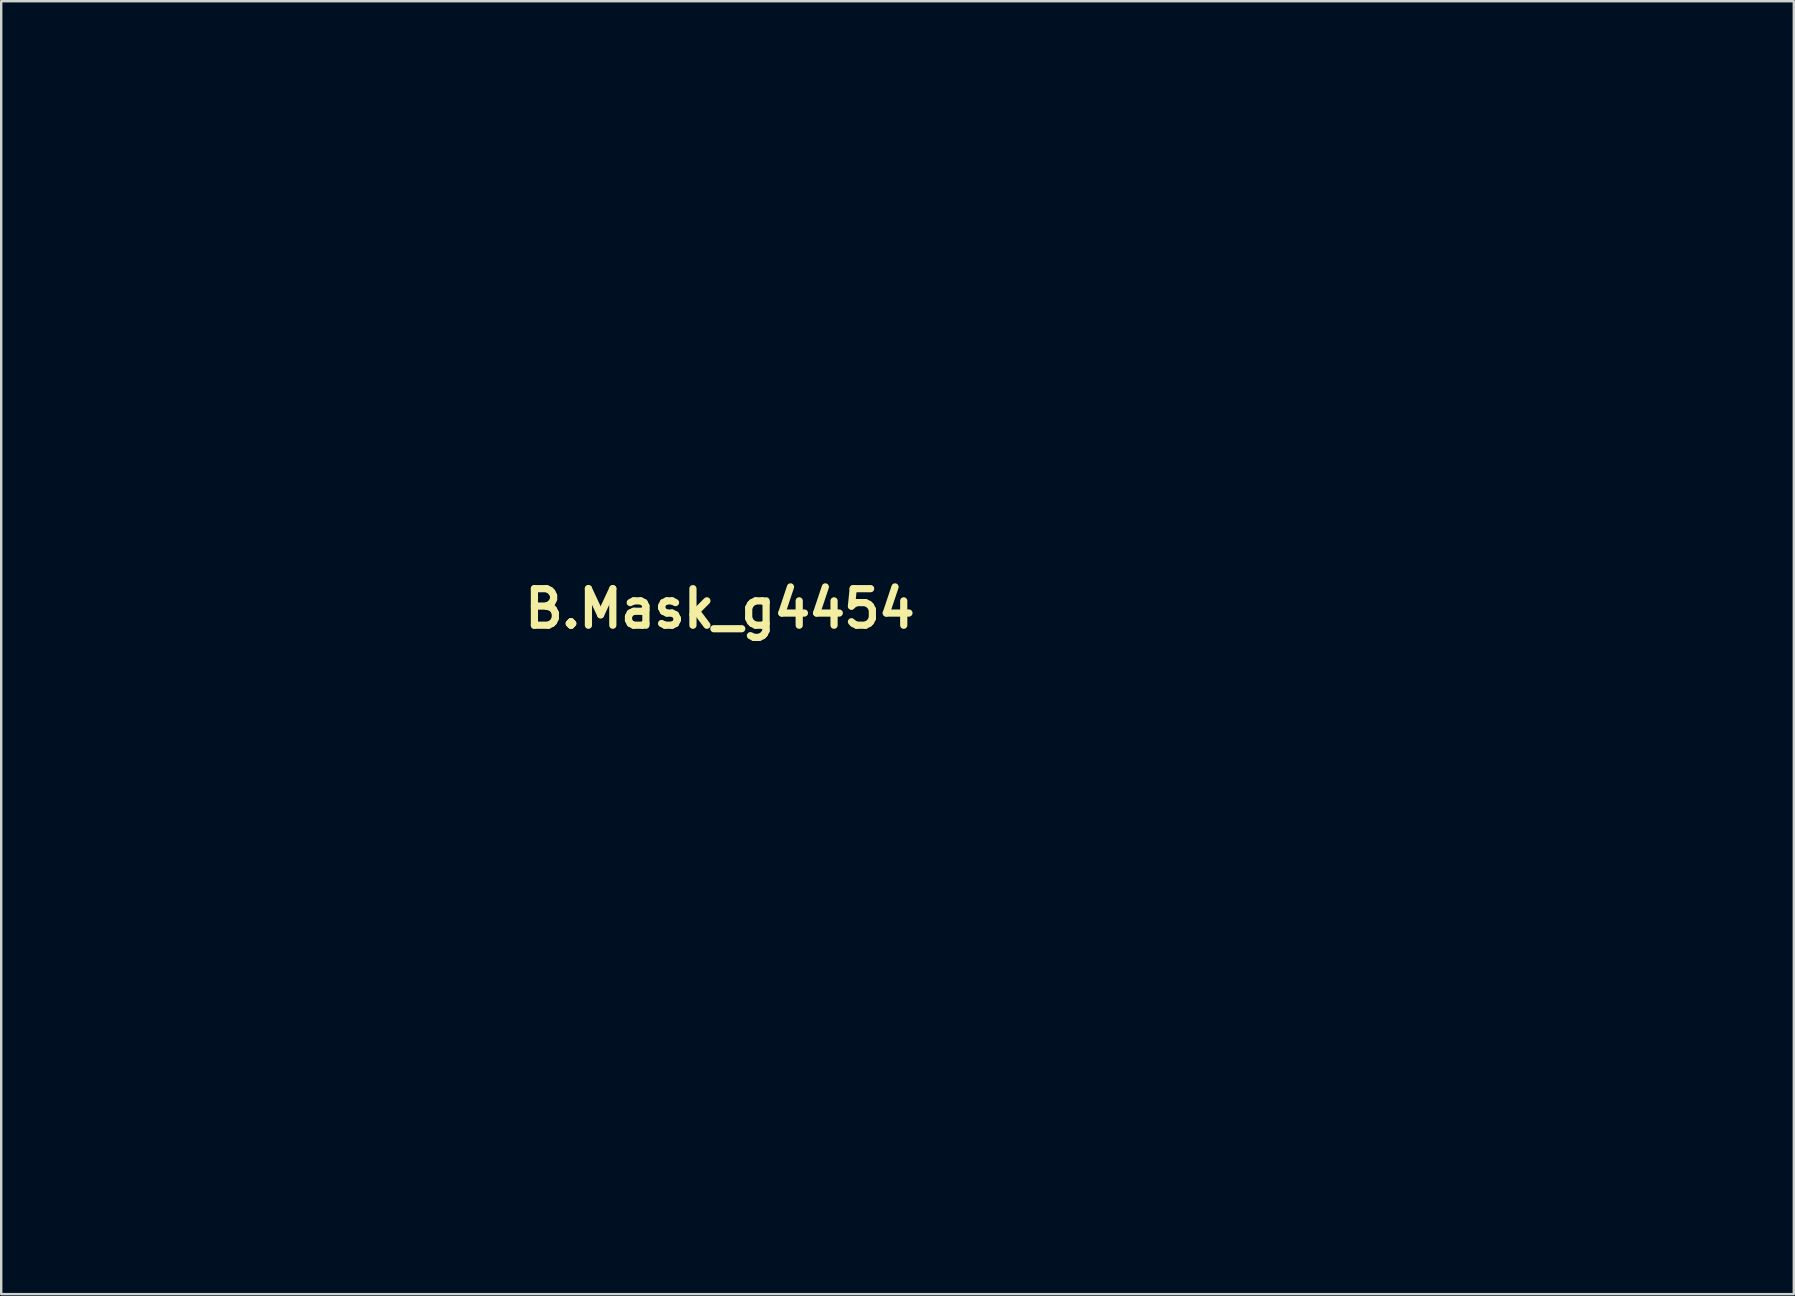
<source format=kicad_pcb>
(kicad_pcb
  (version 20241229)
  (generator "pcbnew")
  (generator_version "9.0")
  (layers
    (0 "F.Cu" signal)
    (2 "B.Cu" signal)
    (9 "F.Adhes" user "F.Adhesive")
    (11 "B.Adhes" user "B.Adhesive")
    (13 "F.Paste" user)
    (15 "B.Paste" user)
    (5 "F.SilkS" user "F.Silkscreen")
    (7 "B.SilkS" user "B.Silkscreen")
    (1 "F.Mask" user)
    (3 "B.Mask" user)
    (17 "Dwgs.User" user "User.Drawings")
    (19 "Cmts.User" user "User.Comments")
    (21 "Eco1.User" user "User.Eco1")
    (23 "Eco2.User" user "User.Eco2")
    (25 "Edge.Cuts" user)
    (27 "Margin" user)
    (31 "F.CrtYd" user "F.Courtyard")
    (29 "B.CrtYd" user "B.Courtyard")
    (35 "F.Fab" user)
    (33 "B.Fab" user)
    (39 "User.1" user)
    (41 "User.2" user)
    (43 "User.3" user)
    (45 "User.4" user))
  (footprint "B.Mask_g4454"
    (layer "F.Cu")
    (at 26.942 22.307)
    (property "Reference" "B.Mask_g4454" (at 0 0 0) (layer "F.SilkS") (effects (font (size 1.524 1.524) (thickness 0.3))))
    (attr through_hole)
    (fp_poly (pts (xy 41.667 18.103) (xy 41.728 18.161) (xy 41.731 18.278) (xy 41.678 18.454) (xy 41.57 18.688) (xy 41.424 18.96) (xy 41.252 19.261) (xy 41.057 19.583) (xy 40.847 19.919) (xy 40.625 20.261) (xy 40.398 20.601) (xy 40.171 20.932) (xy 39.949 21.247) (xy 39.737 21.536) (xy 39.541 21.794) (xy 39.366 22.012) (xy 39.218 22.182) (xy 39.101 22.297) (xy 39.022 22.35) (xy 39.008 22.352) (xy 38.968 22.315) (xy 38.924 22.222) (xy 38.907 22.172) (xy 38.874 22.073) (xy 38.816 21.912) (xy 38.739 21.708) (xy 38.65 21.477) (xy 38.583 21.306) (xy 38.495 21.08) (xy 38.418 20.881) (xy 38.359 20.723) (xy 38.322 20.618) (xy 38.312 20.582) (xy 38.342 20.541) (xy 38.426 20.454) (xy 38.555 20.328) (xy 38.718 20.174) (xy 38.906 20) (xy 39.109 19.814) (xy 39.317 19.627) (xy 39.521 19.446) (xy 39.711 19.281) (xy 39.877 19.141) (xy 39.958 19.074) (xy 40.207 18.881) (xy 40.471 18.691) (xy 40.734 18.513) (xy 40.98 18.358) (xy 41.194 18.236) (xy 41.359 18.158) (xy 41.367 18.154) (xy 41.547 18.101) (xy 41.667 18.103)) (stroke (width 0.01) (type solid)) (fill yes) (layer "B.Mask"))
    (fp_poly (pts (xy 21.428 18.405) (xy 21.585 18.464) (xy 21.652 18.496) (xy 21.812 18.584) (xy 21.962 18.68) (xy 22.058 18.756) (xy 22.13 18.827) (xy 22.168 18.888) (xy 22.18 18.968) (xy 22.173 19.092) (xy 22.165 19.168) (xy 22.145 19.324) (xy 22.11 19.546) (xy 22.064 19.814) (xy 22.01 20.111) (xy 21.952 20.42) (xy 21.893 20.722) (xy 21.836 21) (xy 21.785 21.235) (xy 21.756 21.357) (xy 21.684 21.625) (xy 21.619 21.816) (xy 21.557 21.938) (xy 21.494 21.999) (xy 21.446 22.01) (xy 21.377 21.988) (xy 21.252 21.932) (xy 21.088 21.849) (xy 20.901 21.748) (xy 20.87 21.731) (xy 20.589 21.57) (xy 20.297 21.4) (xy 20.004 21.228) (xy 19.721 21.06) (xy 19.458 20.902) (xy 19.225 20.76) (xy 19.032 20.64) (xy 18.89 20.548) (xy 18.808 20.491) (xy 18.798 20.482) (xy 18.739 20.407) (xy 18.747 20.334) (xy 18.754 20.319) (xy 18.798 20.271) (xy 18.899 20.179) (xy 19.046 20.051) (xy 19.231 19.894) (xy 19.443 19.718) (xy 19.672 19.528) (xy 19.91 19.335) (xy 20.146 19.145) (xy 20.37 18.968) (xy 20.572 18.81) (xy 20.744 18.68) (xy 20.8 18.639) (xy 20.998 18.502) (xy 21.155 18.42) (xy 21.291 18.389) (xy 21.428 18.405)) (stroke (width 0.01) (type solid)) (fill yes) (layer "B.Mask"))
    (fp_poly (pts (xy 23.828 19.738) (xy 24.03 19.778) (xy 24.221 19.83) (xy 24.372 19.876) (xy 24.573 19.942) (xy 24.812 20.022) (xy 25.077 20.112) (xy 25.355 20.208) (xy 25.636 20.307) (xy 25.906 20.403) (xy 26.154 20.493) (xy 26.368 20.572) (xy 26.537 20.636) (xy 26.647 20.681) (xy 26.687 20.701) (xy 26.695 20.752) (xy 26.699 20.875) (xy 26.699 21.058) (xy 26.696 21.29) (xy 26.689 21.558) (xy 26.681 21.85) (xy 26.67 22.154) (xy 26.657 22.458) (xy 26.643 22.749) (xy 26.628 23.017) (xy 26.613 23.248) (xy 26.598 23.43) (xy 26.586 23.537) (xy 26.559 23.68) (xy 26.519 23.791) (xy 26.458 23.868) (xy 26.37 23.913) (xy 26.246 23.925) (xy 26.08 23.904) (xy 25.863 23.849) (xy 25.59 23.761) (xy 25.252 23.64) (xy 24.934 23.521) (xy 24.615 23.398) (xy 24.287 23.268) (xy 23.961 23.136) (xy 23.647 23.006) (xy 23.355 22.883) (xy 23.096 22.77) (xy 22.879 22.672) (xy 22.715 22.595) (xy 22.615 22.541) (xy 22.591 22.523) (xy 22.59 22.468) (xy 22.629 22.363) (xy 22.681 22.26) (xy 22.781 22.052) (xy 22.892 21.764) (xy 23.013 21.397) (xy 23.142 20.956) (xy 23.195 20.765) (xy 23.284 20.444) (xy 23.36 20.197) (xy 23.426 20.012) (xy 23.485 19.881) (xy 23.519 19.823) (xy 23.584 19.76) (xy 23.684 19.732) (xy 23.828 19.738)) (stroke (width 0.01) (type solid)) (fill yes) (layer "B.Mask"))
    (fp_poly (pts (xy 29.033 21.391) (xy 29.093 21.399) (xy 29.315 21.431) (xy 29.588 21.475) (xy 29.893 21.527) (xy 30.211 21.584) (xy 30.522 21.642) (xy 30.807 21.697) (xy 31.046 21.747) (xy 31.219 21.787) (xy 31.534 21.891) (xy 31.774 22.029) (xy 31.947 22.203) (xy 32.058 22.42) (xy 32.07 22.457) (xy 32.101 22.608) (xy 32.132 22.843) (xy 32.161 23.161) (xy 32.189 23.561) (xy 32.215 24.041) (xy 32.235 24.5) (xy 32.259 25.104) (xy 32.142 25.098) (xy 32.055 25.092) (xy 31.905 25.083) (xy 31.712 25.07) (xy 31.498 25.056) (xy 31.496 25.056) (xy 31.156 25.028) (xy 30.784 24.989) (xy 30.391 24.941) (xy 29.986 24.885) (xy 29.58 24.824) (xy 29.183 24.758) (xy 28.805 24.69) (xy 28.456 24.622) (xy 28.147 24.555) (xy 27.888 24.491) (xy 27.689 24.432) (xy 27.56 24.379) (xy 27.532 24.362) (xy 27.49 24.324) (xy 27.48 24.281) (xy 27.506 24.21) (xy 27.568 24.092) (xy 27.636 23.943) (xy 27.707 23.752) (xy 27.765 23.559) (xy 27.767 23.551) (xy 27.809 23.365) (xy 27.852 23.13) (xy 27.894 22.871) (xy 27.931 22.609) (xy 27.961 22.368) (xy 27.978 22.171) (xy 27.982 22.073) (xy 28.013 21.885) (xy 28.112 21.706) (xy 28.246 21.558) (xy 28.361 21.461) (xy 28.478 21.4) (xy 28.616 21.37) (xy 28.795 21.369) (xy 29.033 21.391)) (stroke (width 0.01) (type solid)) (fill yes) (layer "B.Mask"))
    (fp_poly (pts (xy 37.011 21.267) (xy 37.103 21.32) (xy 37.201 21.417) (xy 37.311 21.567) (xy 37.44 21.777) (xy 37.594 22.056) (xy 37.629 22.122) (xy 37.749 22.346) (xy 37.869 22.562) (xy 37.977 22.751) (xy 38.062 22.893) (xy 38.087 22.933) (xy 38.16 23.054) (xy 38.203 23.15) (xy 38.208 23.196) (xy 38.154 23.244) (xy 38.038 23.324) (xy 37.874 23.427) (xy 37.676 23.546) (xy 37.456 23.673) (xy 37.228 23.799) (xy 37.005 23.917) (xy 36.924 23.958) (xy 36.279 24.261) (xy 35.66 24.509) (xy 35.038 24.713) (xy 34.384 24.881) (xy 34.151 24.931) (xy 33.93 24.977) (xy 33.738 25.015) (xy 33.591 25.044) (xy 33.504 25.059) (xy 33.488 25.061) (xy 33.467 25.023) (xy 33.445 24.921) (xy 33.427 24.779) (xy 33.427 24.776) (xy 33.415 24.622) (xy 33.403 24.414) (xy 33.39 24.164) (xy 33.377 23.884) (xy 33.365 23.588) (xy 33.354 23.287) (xy 33.344 22.993) (xy 33.335 22.721) (xy 33.329 22.481) (xy 33.326 22.286) (xy 33.326 22.15) (xy 33.329 22.083) (xy 33.33 22.081) (xy 33.381 22.037) (xy 33.487 21.987) (xy 33.578 21.956) (xy 33.773 21.904) (xy 34.021 21.842) (xy 34.312 21.773) (xy 34.632 21.7) (xy 34.972 21.625) (xy 35.318 21.55) (xy 35.659 21.479) (xy 35.983 21.413) (xy 36.278 21.355) (xy 36.533 21.308) (xy 36.735 21.273) (xy 36.873 21.254) (xy 36.918 21.251) (xy 37.011 21.267)) (stroke (width 0.01) (type solid)) (fill yes) (layer "B.Mask"))
    (fp_poly (pts (xy -8.214 -0.2) (xy -7.828 -0.192) (xy -7.515 -0.184) (xy -7.263 -0.175) (xy -7.058 -0.164) (xy -6.889 -0.149) (xy -6.744 -0.131) (xy -6.61 -0.109) (xy -6.507 -0.088) (xy -5.629 0.143) (xy -4.744 0.452) (xy -3.858 0.837) (xy -2.98 1.293) (xy -2.117 1.815) (xy -1.276 2.4) (xy -0.463 3.044) (xy 0.313 3.742) (xy 0.513 3.937) (xy 0.706 4.132) (xy 0.882 4.316) (xy 1.03 4.478) (xy 1.141 4.606) (xy 1.202 4.689) (xy 1.207 4.698) (xy 1.282 4.844) (xy 1.113 4.994) (xy 0.977 5.095) (xy 0.772 5.221) (xy 0.507 5.368) (xy 0.191 5.531) (xy -0.165 5.706) (xy -0.552 5.887) (xy -0.961 6.07) (xy -1.381 6.251) (xy -1.804 6.425) (xy -2.1 6.542) (xy -3.214 6.95) (xy -4.341 7.321) (xy -5.469 7.65) (xy -6.586 7.936) (xy -7.677 8.174) (xy -8.73 8.361) (xy -9.652 8.485) (xy -10.037 8.522) (xy -10.493 8.555) (xy -11.008 8.583) (xy -11.568 8.607) (xy -12.159 8.626) (xy -12.77 8.639) (xy -13.386 8.647) (xy -13.994 8.648) (xy -14.582 8.644) (xy -15.135 8.632) (xy -15.219 8.63) (xy -15.618 8.612) (xy -16.037 8.582) (xy -16.466 8.541) (xy -16.895 8.492) (xy -17.312 8.436) (xy -17.707 8.375) (xy -18.069 8.31) (xy -18.387 8.243) (xy -18.652 8.176) (xy -18.851 8.11) (xy -18.961 8.057) (xy -19.013 8.017) (xy -19.04 7.969) (xy -19.048 7.889) (xy -19.041 7.756) (xy -19.036 7.686) (xy -18.993 7.398) (xy -18.912 7.048) (xy -18.795 6.648) (xy -18.647 6.209) (xy -18.471 5.743) (xy -18.272 5.26) (xy -18.054 4.773) (xy -17.948 4.551) (xy -17.651 3.969) (xy -17.356 3.46) (xy -17.055 3.011) (xy -16.741 2.611) (xy -16.405 2.249) (xy -16.282 2.129) (xy -15.682 1.606) (xy -15.064 1.149) (xy -14.433 0.761) (xy -13.796 0.445) (xy -13.159 0.206) (xy -12.529 0.045) (xy -12.425 0.026) (xy -11.86 -0.054) (xy -11.222 -0.118) (xy -10.518 -0.165) (xy -9.758 -0.194) (xy -8.951 -0.205) (xy -8.214 -0.2)) (stroke (width 0.01) (type solid)) (fill yes) (layer "B.Mask"))
    (fp_poly (pts (xy 2.589 6.479) (xy 3.012 7.043) (xy 3.433 7.681) (xy 3.847 8.384) (xy 4.248 9.142) (xy 4.282 9.211) (xy 4.394 9.443) (xy 4.493 9.661) (xy 4.572 9.849) (xy 4.625 9.991) (xy 4.643 10.061) (xy 4.652 10.158) (xy 4.636 10.224) (xy 4.578 10.282) (xy 4.465 10.359) (xy 4.458 10.363) (xy 4.284 10.465) (xy 4.043 10.59) (xy 3.749 10.733) (xy 3.414 10.888) (xy 3.052 11.049) (xy 2.675 11.209) (xy 2.296 11.363) (xy 2.295 11.364) (xy 1.226 11.768) (xy 0.118 12.147) (xy -1.015 12.499) (xy -2.16 12.82) (xy -3.304 13.106) (xy -4.433 13.354) (xy -5.533 13.561) (xy -6.591 13.723) (xy -7.493 13.827) (xy -7.653 13.841) (xy -7.834 13.853) (xy -8.043 13.863) (xy -8.286 13.873) (xy -8.569 13.881) (xy -8.9 13.887) (xy -9.284 13.893) (xy -9.727 13.898) (xy -10.237 13.903) (xy -10.82 13.907) (xy -11.388 13.91) (xy -14.584 13.925) (xy -15.79 13.693) (xy -16.378 13.58) (xy -16.928 13.473) (xy -17.436 13.374) (xy -17.895 13.283) (xy -18.301 13.201) (xy -18.647 13.13) (xy -18.928 13.071) (xy -19.14 13.025) (xy -19.275 12.992) (xy -19.304 12.985) (xy -19.494 12.929) (xy -19.506 11.83) (xy -19.509 11.397) (xy -19.505 11.04) (xy -19.494 10.75) (xy -19.475 10.517) (xy -19.448 10.333) (xy -19.41 10.189) (xy -19.362 10.076) (xy -19.331 10.023) (xy -19.277 9.951) (xy -19.222 9.909) (xy -19.141 9.887) (xy -19.01 9.876) (xy -18.929 9.872) (xy -18.752 9.873) (xy -18.527 9.886) (xy -18.287 9.908) (xy -18.147 9.925) (xy -17.743 9.974) (xy -17.275 10.02) (xy -16.753 10.061) (xy -16.188 10.099) (xy -15.59 10.132) (xy -14.97 10.16) (xy -14.338 10.183) (xy -13.704 10.201) (xy -13.08 10.213) (xy -12.475 10.22) (xy -11.9 10.22) (xy -11.366 10.214) (xy -10.883 10.201) (xy -10.461 10.181) (xy -10.111 10.153) (xy -10.054 10.147) (xy -8.61 9.953) (xy -7.164 9.688) (xy -5.711 9.352) (xy -4.245 8.942) (xy -2.763 8.458) (xy -1.258 7.898) (xy 0.272 7.261) (xy 0.773 7.044) (xy 1.201 6.862) (xy 1.562 6.712) (xy 1.859 6.594) (xy 2.096 6.506) (xy 2.258 6.451) (xy 2.505 6.375) (xy 2.589 6.479)) (stroke (width 0.01) (type solid)) (fill yes) (layer "B.Mask"))
    (fp_poly (pts (xy 5.6 11.82) (xy 5.629 11.851) (xy 5.667 11.911) (xy 5.717 12.008) (xy 5.783 12.147) (xy 5.866 12.335) (xy 5.971 12.58) (xy 6.101 12.887) (xy 6.259 13.265) (xy 6.306 13.377) (xy 6.458 13.748) (xy 6.61 14.122) (xy 6.758 14.491) (xy 6.897 14.845) (xy 7.024 15.174) (xy 7.136 15.468) (xy 7.229 15.718) (xy 7.298 15.914) (xy 7.341 16.047) (xy 7.352 16.088) (xy 7.36 16.155) (xy 7.349 16.21) (xy 7.309 16.264) (xy 7.228 16.325) (xy 7.096 16.402) (xy 6.903 16.504) (xy 6.8 16.556) (xy 6.397 16.748) (xy 5.919 16.949) (xy 5.375 17.159) (xy 4.774 17.373) (xy 4.123 17.59) (xy 3.433 17.807) (xy 2.71 18.021) (xy 1.965 18.231) (xy 1.206 18.432) (xy 0.441 18.622) (xy -0.32 18.8) (xy -1.069 18.962) (xy -1.492 19.047) (xy -2.424 19.222) (xy -3.297 19.369) (xy -4.132 19.49) (xy -4.948 19.589) (xy -5.767 19.668) (xy -6.608 19.729) (xy -7.345 19.769) (xy -7.623 19.779) (xy -7.953 19.788) (xy -8.321 19.795) (xy -8.713 19.799) (xy -9.115 19.802) (xy -9.51 19.803) (xy -9.887 19.802) (xy -10.229 19.799) (xy -10.522 19.794) (xy -10.752 19.786) (xy -10.837 19.781) (xy -11.028 19.766) (xy -11.285 19.74) (xy -11.591 19.706) (xy -11.93 19.665) (xy -12.284 19.621) (xy -12.636 19.574) (xy -12.968 19.528) (xy -13.208 19.492) (xy -14.178 19.327) (xy -15.137 19.131) (xy -16.109 18.899) (xy -17.116 18.624) (xy -17.632 18.472) (xy -18.057 18.341) (xy -18.407 18.226) (xy -18.691 18.124) (xy -18.916 18.03) (xy -19.089 17.941) (xy -19.218 17.851) (xy -19.311 17.758) (xy -19.376 17.656) (xy -19.42 17.543) (xy -19.426 17.52) (xy -19.456 17.367) (xy -19.482 17.154) (xy -19.504 16.894) (xy -19.521 16.601) (xy -19.532 16.289) (xy -19.539 15.972) (xy -19.54 15.663) (xy -19.536 15.375) (xy -19.525 15.122) (xy -19.509 14.918) (xy -19.487 14.776) (xy -19.469 14.724) (xy -19.456 14.699) (xy -19.443 14.679) (xy -19.42 14.666) (xy -19.378 14.661) (xy -19.309 14.665) (xy -19.204 14.679) (xy -19.055 14.703) (xy -18.852 14.74) (xy -18.588 14.789) (xy -18.253 14.852) (xy -18.076 14.885) (xy -17.025 15.068) (xy -16.042 15.209) (xy -15.124 15.308) (xy -14.838 15.332) (xy -14.624 15.344) (xy -14.336 15.355) (xy -13.982 15.364) (xy -13.573 15.372) (xy -13.118 15.378) (xy -12.627 15.383) (xy -12.109 15.386) (xy -11.575 15.388) (xy -11.034 15.388) (xy -10.496 15.387) (xy -9.97 15.384) (xy -9.467 15.38) (xy -8.995 15.374) (xy -8.566 15.367) (xy -8.187 15.358) (xy -7.87 15.348) (xy -7.624 15.336) (xy -7.556 15.332) (xy -6.864 15.275) (xy -6.182 15.202) (xy -5.503 15.112) (xy -4.822 15.003) (xy -4.132 14.874) (xy -3.425 14.723) (xy -2.696 14.549) (xy -1.939 14.349) (xy -1.146 14.122) (xy -0.31 13.866) (xy 0.573 13.581) (xy 1.512 13.263) (xy 2.513 12.911) (xy 3.581 12.524) (xy 3.807 12.441) (xy 4.17 12.308) (xy 4.509 12.185) (xy 4.816 12.074) (xy 5.082 11.979) (xy 5.3 11.902) (xy 5.46 11.847) (xy 5.555 11.816) (xy 5.576 11.811) (xy 5.6 11.82)) (stroke (width 0.01) (type solid)) (fill yes) (layer "B.Mask"))
    (fp_poly (pts (xy 7.738 18.217) (xy 7.764 18.221) (xy 7.842 18.242) (xy 7.914 18.277) (xy 7.981 18.334) (xy 8.048 18.418) (xy 8.116 18.537) (xy 8.19 18.697) (xy 8.271 18.904) (xy 8.364 19.165) (xy 8.47 19.487) (xy 8.593 19.876) (xy 8.736 20.339) (xy 8.762 20.426) (xy 8.874 20.789) (xy 8.99 21.171) (xy 9.107 21.553) (xy 9.217 21.913) (xy 9.315 22.233) (xy 9.394 22.492) (xy 9.396 22.499) (xy 9.471 22.748) (xy 9.534 22.971) (xy 9.583 23.154) (xy 9.614 23.285) (xy 9.623 23.35) (xy 9.623 23.353) (xy 9.561 23.41) (xy 9.418 23.478) (xy 9.196 23.556) (xy 8.896 23.642) (xy 8.523 23.737) (xy 8.078 23.841) (xy 7.563 23.952) (xy 6.981 24.07) (xy 6.334 24.194) (xy 5.625 24.325) (xy 4.856 24.461) (xy 4.029 24.602) (xy 3.831 24.635) (xy 3.008 24.77) (xy 2.257 24.888) (xy 1.569 24.991) (xy 0.933 25.08) (xy 0.34 25.157) (xy -0.222 25.222) (xy -0.761 25.277) (xy -1.289 25.324) (xy -1.815 25.363) (xy -2.032 25.377) (xy -2.764 25.417) (xy -3.561 25.453) (xy -4.405 25.484) (xy -5.282 25.509) (xy -6.173 25.528) (xy -7.063 25.541) (xy -7.935 25.548) (xy -8.773 25.548) (xy -9.559 25.541) (xy -10.278 25.527) (xy -10.287 25.527) (xy -10.832 25.511) (xy -11.31 25.492) (xy -11.739 25.47) (xy -12.136 25.443) (xy -12.52 25.41) (xy -12.908 25.369) (xy -13.317 25.32) (xy -13.377 25.313) (xy -13.916 25.24) (xy -14.47 25.158) (xy -15.027 25.067) (xy -15.58 24.971) (xy -16.117 24.871) (xy -16.629 24.769) (xy -17.107 24.666) (xy -17.54 24.566) (xy -17.919 24.469) (xy -18.233 24.378) (xy -18.474 24.295) (xy -18.485 24.291) (xy -18.67 24.199) (xy -18.772 24.104) (xy -18.781 24.088) (xy -18.806 24.005) (xy -18.836 23.859) (xy -18.868 23.671) (xy -18.896 23.474) (xy -18.926 23.225) (xy -18.96 22.935) (xy -18.995 22.612) (xy -19.032 22.267) (xy -19.069 21.911) (xy -19.105 21.554) (xy -19.139 21.206) (xy -19.17 20.877) (xy -19.197 20.578) (xy -19.219 20.318) (xy -19.236 20.109) (xy -19.246 19.961) (xy -19.247 19.883) (xy -19.246 19.875) (xy -19.227 19.845) (xy -19.191 19.823) (xy -19.132 19.812) (xy -19.045 19.813) (xy -18.924 19.825) (xy -18.762 19.85) (xy -18.554 19.89) (xy -18.293 19.945) (xy -17.975 20.016) (xy -17.591 20.104) (xy -17.138 20.211) (xy -16.616 20.336) (xy -15.955 20.492) (xy -15.356 20.63) (xy -14.823 20.748) (xy -14.36 20.845) (xy -13.97 20.922) (xy -13.674 20.973) (xy -13.299 21.023) (xy -12.849 21.068) (xy -12.335 21.106) (xy -11.766 21.137) (xy -11.151 21.163) (xy -10.501 21.182) (xy -9.826 21.194) (xy -9.134 21.199) (xy -8.436 21.197) (xy -7.743 21.188) (xy -7.062 21.171) (xy -6.405 21.147) (xy -5.782 21.116) (xy -5.588 21.104) (xy -4.885 21.056) (xy -4.233 21.005) (xy -3.622 20.951) (xy -3.044 20.891) (xy -2.491 20.823) (xy -1.954 20.746) (xy -1.423 20.657) (xy -0.89 20.556) (xy -0.347 20.44) (xy 0.215 20.308) (xy 0.806 20.158) (xy 1.434 19.987) (xy 2.107 19.796) (xy 2.834 19.58) (xy 3.625 19.34) (xy 4.403 19.099) (xy 4.985 18.918) (xy 5.493 18.762) (xy 5.932 18.628) (xy 6.307 18.516) (xy 6.626 18.425) (xy 6.892 18.351) (xy 7.114 18.295) (xy 7.295 18.255) (xy 7.442 18.228) (xy 7.561 18.214) (xy 7.658 18.21) (xy 7.738 18.217)) (stroke (width 0.01) (type solid)) (fill yes) (layer "B.Mask"))
    (fp_poly (pts (xy 2.7 -22.276) (xy 2.736 -22.211) (xy 2.762 -22.1) (xy 2.778 -21.936) (xy 2.786 -21.711) (xy 2.786 -21.416) (xy 2.779 -21.045) (xy 2.779 -21.04) (xy 2.735 -20.058) (xy 2.655 -19.077) (xy 2.542 -18.112) (xy 2.396 -17.178) (xy 2.221 -16.29) (xy 2.019 -15.464) (xy 1.966 -15.275) (xy 1.721 -14.509) (xy 1.438 -13.804) (xy 1.111 -13.145) (xy 0.732 -12.52) (xy 0.292 -11.915) (xy -0.217 -11.316) (xy -0.676 -10.835) (xy -1.353 -10.197) (xy -2.035 -9.636) (xy -2.733 -9.146) (xy -3.457 -8.721) (xy -4.22 -8.355) (xy -5.032 -8.04) (xy -5.905 -7.77) (xy -6.075 -7.725) (xy -6.709 -7.571) (xy -7.406 -7.427) (xy -8.142 -7.295) (xy -8.894 -7.18) (xy -9.642 -7.085) (xy -10.223 -7.026) (xy -10.455 -7.01) (xy -10.75 -6.996) (xy -11.093 -6.984) (xy -11.468 -6.974) (xy -11.859 -6.967) (xy -12.251 -6.963) (xy -12.628 -6.962) (xy -12.975 -6.964) (xy -13.277 -6.97) (xy -13.517 -6.979) (xy -13.607 -6.985) (xy -14.497 -7.074) (xy -15.382 -7.205) (xy -16.273 -7.379) (xy -17.182 -7.599) (xy -18.122 -7.868) (xy -19.103 -8.19) (xy -19.897 -8.475) (xy -20.247 -8.608) (xy -20.627 -8.757) (xy -21.023 -8.917) (xy -21.42 -9.08) (xy -21.805 -9.242) (xy -22.162 -9.395) (xy -22.477 -9.535) (xy -22.735 -9.655) (xy -22.861 -9.716) (xy -23.655 -10.16) (xy -24.438 -10.686) (xy -25.203 -11.29) (xy -25.321 -11.392) (xy -25.709 -11.73) (xy -26.036 -12.017) (xy -26.305 -12.257) (xy -26.522 -12.452) (xy -26.689 -12.606) (xy -26.81 -12.723) (xy -26.889 -12.806) (xy -26.93 -12.859) (xy -26.937 -12.885) (xy -26.823 -13.068) (xy -26.675 -13.293) (xy -26.501 -13.549) (xy -26.307 -13.826) (xy -26.101 -14.114) (xy -25.892 -14.402) (xy -25.686 -14.679) (xy -25.492 -14.935) (xy -25.317 -15.16) (xy -25.169 -15.343) (xy -25.056 -15.473) (xy -25.002 -15.527) (xy -24.783 -15.665) (xy -24.499 -15.753) (xy -24.155 -15.789) (xy -24.082 -15.79) (xy -23.754 -15.79) (xy -23.299 -14.895) (xy -22.959 -14.244) (xy -22.639 -13.667) (xy -22.334 -13.156) (xy -22.04 -12.706) (xy -21.753 -12.31) (xy -21.468 -11.96) (xy -21.188 -11.657) (xy -20.9 -11.385) (xy -20.647 -11.186) (xy -20.424 -11.059) (xy -20.227 -11.002) (xy -20.052 -11.014) (xy -19.905 -11.085) (xy -19.78 -11.194) (xy -19.631 -11.357) (xy -19.458 -11.579) (xy -19.259 -11.86) (xy -19.032 -12.205) (xy -18.775 -12.615) (xy -18.487 -13.094) (xy -18.166 -13.643) (xy -17.809 -14.265) (xy -17.761 -14.351) (xy -17.573 -14.679) (xy -17.416 -14.939) (xy -17.287 -15.139) (xy -17.178 -15.285) (xy -17.085 -15.387) (xy -17.001 -15.452) (xy -16.956 -15.475) (xy -16.882 -15.496) (xy -16.736 -15.527) (xy -16.53 -15.569) (xy -16.274 -15.617) (xy -15.981 -15.67) (xy -15.661 -15.725) (xy -15.535 -15.746) (xy -15.185 -15.806) (xy -14.835 -15.866) (xy -14.501 -15.924) (xy -14.201 -15.977) (xy -13.948 -16.023) (xy -13.761 -16.059) (xy -13.737 -16.063) (xy -13.456 -16.118) (xy -13.246 -16.157) (xy -13.095 -16.181) (xy -12.992 -16.19) (xy -12.925 -16.187) (xy -12.882 -16.173) (xy -12.857 -16.153) (xy -12.817 -16.098) (xy -12.743 -15.985) (xy -12.644 -15.826) (xy -12.528 -15.634) (xy -12.45 -15.504) (xy -12.224 -15.137) (xy -11.991 -14.785) (xy -11.756 -14.457) (xy -11.527 -14.16) (xy -11.31 -13.903) (xy -11.112 -13.693) (xy -10.938 -13.538) (xy -10.796 -13.447) (xy -10.751 -13.43) (xy -10.611 -13.413) (xy -10.479 -13.425) (xy -10.477 -13.425) (xy -10.379 -13.473) (xy -10.258 -13.569) (xy -10.112 -13.719) (xy -9.938 -13.924) (xy -9.734 -14.19) (xy -9.496 -14.519) (xy -9.221 -14.914) (xy -8.908 -15.379) (xy -8.879 -15.422) (xy -8.628 -15.799) (xy -8.415 -16.114) (xy -8.235 -16.374) (xy -8.081 -16.588) (xy -7.947 -16.766) (xy -7.827 -16.916) (xy -7.713 -17.046) (xy -7.6 -17.165) (xy -7.563 -17.202) (xy -7.457 -17.302) (xy -7.316 -17.425) (xy -7.153 -17.561) (xy -6.981 -17.702) (xy -6.812 -17.836) (xy -6.659 -17.954) (xy -6.533 -18.046) (xy -6.449 -18.102) (xy -6.418 -18.113) (xy -6.394 -18.072) (xy -6.336 -17.972) (xy -6.253 -17.826) (xy -6.151 -17.647) (xy -6.118 -17.59) (xy -5.842 -17.124) (xy -5.564 -16.694) (xy -5.289 -16.307) (xy -5.023 -15.97) (xy -4.77 -15.688) (xy -4.538 -15.47) (xy -4.33 -15.321) (xy -4.273 -15.29) (xy -4.039 -15.216) (xy -3.79 -15.202) (xy -3.561 -15.248) (xy -3.538 -15.257) (xy -3.415 -15.321) (xy -3.287 -15.414) (xy -3.152 -15.539) (xy -3.006 -15.703) (xy -2.847 -15.91) (xy -2.671 -16.164) (xy -2.474 -16.47) (xy -2.254 -16.833) (xy -2.006 -17.258) (xy -1.729 -17.749) (xy -1.418 -18.312) (xy -1.391 -18.362) (xy -1.129 -18.838) (xy -0.902 -19.247) (xy -0.705 -19.594) (xy -0.532 -19.889) (xy -0.379 -20.136) (xy -0.24 -20.344) (xy -0.11 -20.519) (xy 0.015 -20.669) (xy 0.141 -20.801) (xy 0.272 -20.921) (xy 0.415 -21.037) (xy 0.573 -21.155) (xy 0.656 -21.215) (xy 0.848 -21.346) (xy 1.074 -21.489) (xy 1.32 -21.638) (xy 1.577 -21.786) (xy 1.831 -21.927) (xy 2.071 -22.055) (xy 2.286 -22.163) (xy 2.463 -22.244) (xy 2.59 -22.292) (xy 2.653 -22.302) (xy 2.7 -22.276)) (stroke (width 0.01) (type solid)) (fill yes) (layer "B.Mask")))
  (gr_rect
    (start -3 -3)
    (end 71.678 50.861)
    (stroke (width 0.1) (type default))
    (fill no)
    (layer "Edge.Cuts")))
</source>
